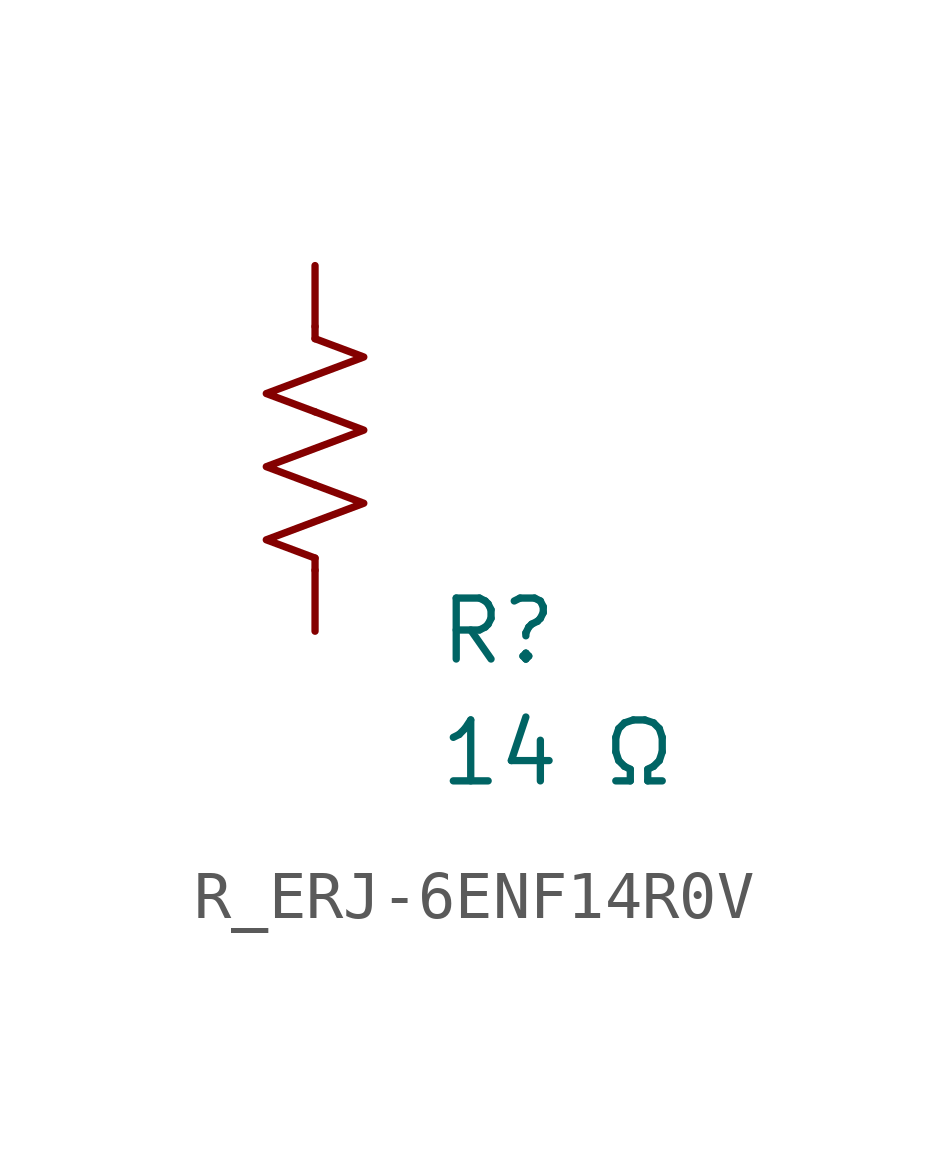
<source format=kicad_sym>
(kicad_symbol_lib
  (version 20231120)
  (generator "kicad_symbol_editor")
  (generator_version "8.0")
  (symbol "R_ERJ-6ENF14R0V"
    (pin_numbers hide)
    (pin_names
      (offset 0))
    (property "Reference" "R"
      (at 2.54 -3.81 0)
      (effects (font (size 1.27 1.27)) (justify left))
      (show_name no))
    (property "Value" "14 Ω"
      (at 2.54 -6.35 0)
      (effects (font (size 1.27 1.27)) (justify left))
      (show_name no))
    (symbol "R_ERJ-6ENF14R0V_0_1"
      (polyline (pts (xy 0 -2.286) (xy 0 -2.54)) (stroke (width 0) (type default)) (fill (type none)))
      (polyline (pts (xy 0 2.286) (xy 0 2.54)) (stroke (width 0) (type default)) (fill (type none)))
      (polyline (pts (xy 0 -0.762) (xy 1.016 -1.143) (xy 0 -1.524) (xy -1.016 -1.905) (xy 0 -2.286)) (stroke (width 0) (type default)) (fill (type none)))
      (polyline (pts (xy 0 0.762) (xy 1.016 0.381) (xy 0 0) (xy -1.016 -0.381) (xy 0 -0.762)) (stroke (width 0) (type default)) (fill (type none)))
      (polyline (pts (xy 0 2.286) (xy 1.016 1.905) (xy 0 1.524) (xy -1.016 1.143) (xy 0 0.762)) (stroke (width 0) (type default)) (fill (type none))))
    (symbol "R_ERJ-6ENF14R0V_1_1"
      (pin passive line (at 0 3.81 270) (length 1.27) (name "~" (effects (font (size 1.27 1.27)))) (number "1" (effects (font (size 1.27 1.27)))))
      (pin passive line (at 0 -3.81 90) (length 1.27) (name "~" (effects (font (size 1.27 1.27)))) (number "2" (effects (font (size 1.27 1.27))))))))
</source>
